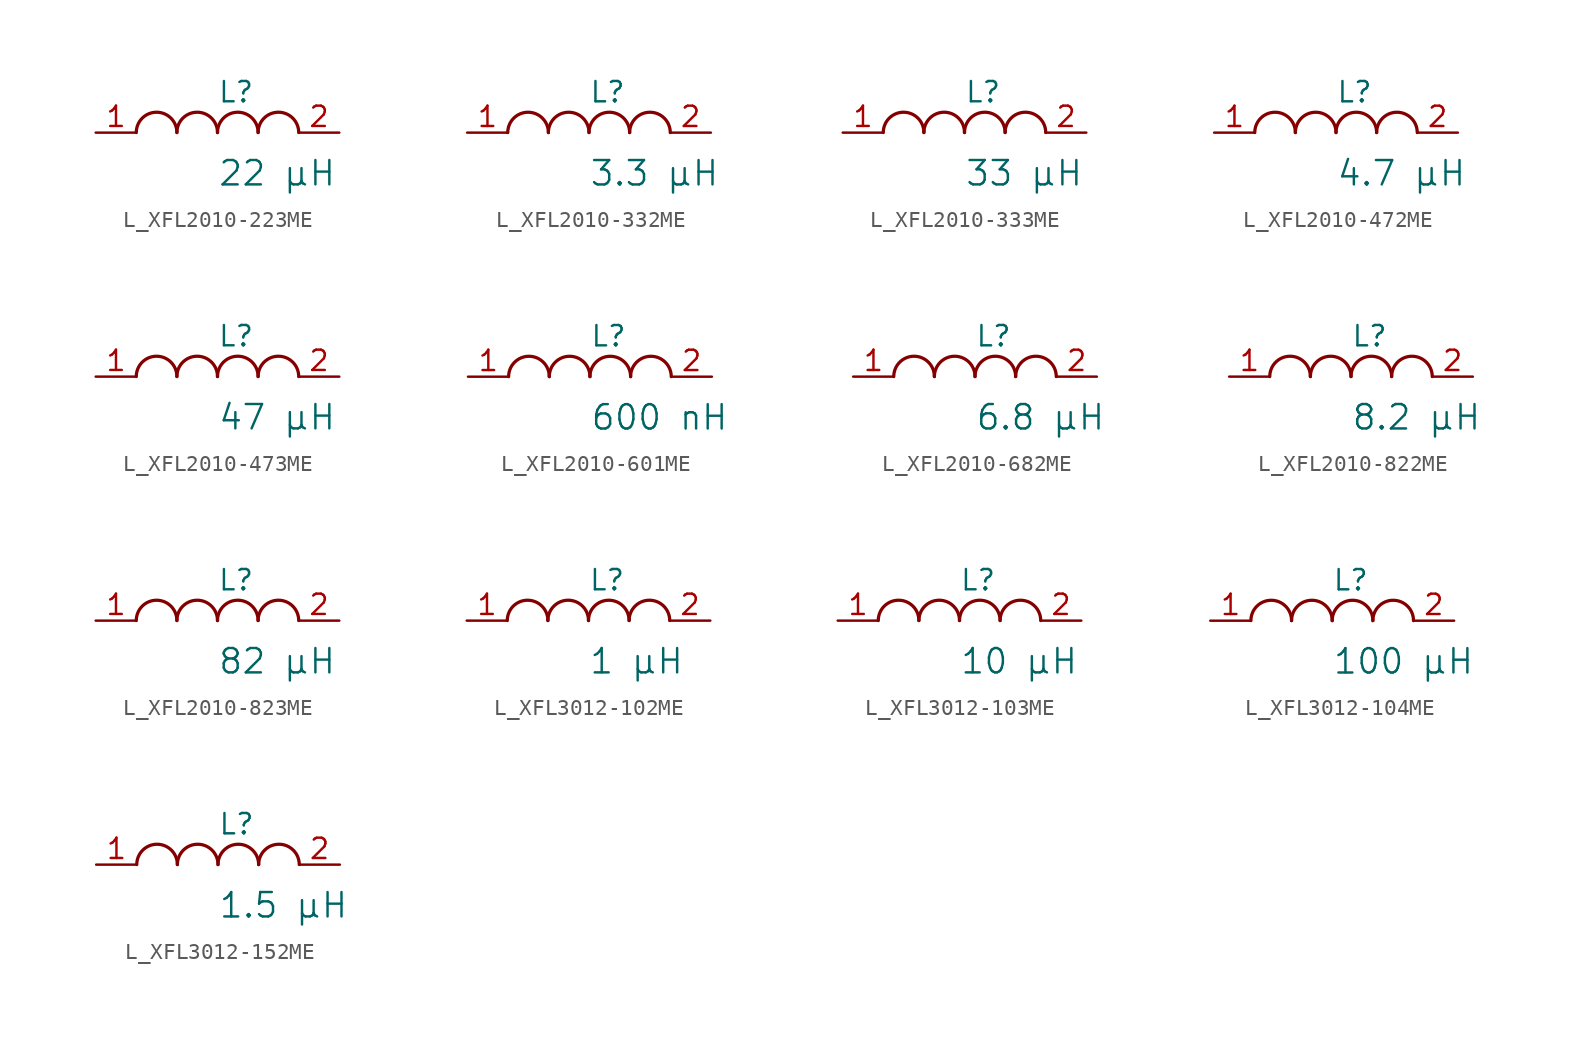
<source format=kicad_sym>
(kicad_symbol_lib
  (version 20231120)
  (generator "kicad_symbol_editor")
  (generator_version "8.0")
  (symbol "L_XFL2010-223ME"
    (pin_names
      (offset 0.254))
    (property "Reference" "L"
      (at 0 2.54 0)
      (effects (font (size 1.27 1.27)) (justify left)))
    (property "Value" "22 µH"
      (at 0 -2.54 0)
      (effects (font (size 1.524 1.524)) (justify left)))
    (symbol "L_XFL2010-223ME_1_1"
      (arc (start -2.54 0.0056) (mid -3.81 1.27) (end -5.08 0.0056) (stroke (width 0.2032) (type default)) (fill (type none)))
      (arc (start 0 0.0056) (mid -1.27 1.27) (end -2.54 0.0056) (stroke (width 0.2032) (type default)) (fill (type none)))
      (arc (start 2.54 0.0056) (mid 1.27 1.27) (end 0 0.0056) (stroke (width 0.2032) (type default)) (fill (type none)))
      (arc (start 5.08 0.0056) (mid 3.81 1.27) (end 2.54 0.0056) (stroke (width 0.2032) (type default)) (fill (type none)))
      (pin unspecified line (at -7.62 0 0) (length 2.54) (name "" (effects (font (size 1.27 1.27)))) (number "1" (effects (font (size 1.27 1.27)))))
      (pin unspecified line (at 7.62 0 180) (length 2.54) (name "" (effects (font (size 1.27 1.27)))) (number "2" (effects (font (size 1.27 1.27)))))))
  (symbol "L_XFL2010-332ME"
    (pin_names
      (offset 0.254))
    (property "Reference" "L"
      (at 0 2.54 0)
      (effects (font (size 1.27 1.27)) (justify left)))
    (property "Value" "3.3 µH"
      (at 0 -2.54 0)
      (effects (font (size 1.524 1.524)) (justify left)))
    (symbol "L_XFL2010-332ME_1_1"
      (arc (start -2.54 0.0056) (mid -3.81 1.27) (end -5.08 0.0056) (stroke (width 0.2032) (type default)) (fill (type none)))
      (arc (start 0 0.0056) (mid -1.27 1.27) (end -2.54 0.0056) (stroke (width 0.2032) (type default)) (fill (type none)))
      (arc (start 2.54 0.0056) (mid 1.27 1.27) (end 0 0.0056) (stroke (width 0.2032) (type default)) (fill (type none)))
      (arc (start 5.08 0.0056) (mid 3.81 1.27) (end 2.54 0.0056) (stroke (width 0.2032) (type default)) (fill (type none)))
      (pin unspecified line (at -7.62 0 0) (length 2.54) (name "" (effects (font (size 1.27 1.27)))) (number "1" (effects (font (size 1.27 1.27)))))
      (pin unspecified line (at 7.62 0 180) (length 2.54) (name "" (effects (font (size 1.27 1.27)))) (number "2" (effects (font (size 1.27 1.27)))))))
  (symbol "L_XFL2010-333ME"
    (pin_names
      (offset 0.254))
    (property "Reference" "L"
      (at 0 2.54 0)
      (effects (font (size 1.27 1.27)) (justify left)))
    (property "Value" "33 µH"
      (at 0 -2.54 0)
      (effects (font (size 1.524 1.524)) (justify left)))
    (symbol "L_XFL2010-333ME_1_1"
      (arc (start -2.54 0.0056) (mid -3.81 1.27) (end -5.08 0.0056) (stroke (width 0.2032) (type default)) (fill (type none)))
      (arc (start 0 0.0056) (mid -1.27 1.27) (end -2.54 0.0056) (stroke (width 0.2032) (type default)) (fill (type none)))
      (arc (start 2.54 0.0056) (mid 1.27 1.27) (end 0 0.0056) (stroke (width 0.2032) (type default)) (fill (type none)))
      (arc (start 5.08 0.0056) (mid 3.81 1.27) (end 2.54 0.0056) (stroke (width 0.2032) (type default)) (fill (type none)))
      (pin unspecified line (at -7.62 0 0) (length 2.54) (name "" (effects (font (size 1.27 1.27)))) (number "1" (effects (font (size 1.27 1.27)))))
      (pin unspecified line (at 7.62 0 180) (length 2.54) (name "" (effects (font (size 1.27 1.27)))) (number "2" (effects (font (size 1.27 1.27)))))))
  (symbol "L_XFL2010-472ME"
    (pin_names
      (offset 0.254))
    (property "Reference" "L"
      (at 0 2.54 0)
      (effects (font (size 1.27 1.27)) (justify left)))
    (property "Value" "4.7 µH"
      (at 0 -2.54 0)
      (effects (font (size 1.524 1.524)) (justify left)))
    (symbol "L_XFL2010-472ME_1_1"
      (arc (start -2.54 0.0056) (mid -3.81 1.27) (end -5.08 0.0056) (stroke (width 0.2032) (type default)) (fill (type none)))
      (arc (start 0 0.0056) (mid -1.27 1.27) (end -2.54 0.0056) (stroke (width 0.2032) (type default)) (fill (type none)))
      (arc (start 2.54 0.0056) (mid 1.27 1.27) (end 0 0.0056) (stroke (width 0.2032) (type default)) (fill (type none)))
      (arc (start 5.08 0.0056) (mid 3.81 1.27) (end 2.54 0.0056) (stroke (width 0.2032) (type default)) (fill (type none)))
      (pin unspecified line (at -7.62 0 0) (length 2.54) (name "" (effects (font (size 1.27 1.27)))) (number "1" (effects (font (size 1.27 1.27)))))
      (pin unspecified line (at 7.62 0 180) (length 2.54) (name "" (effects (font (size 1.27 1.27)))) (number "2" (effects (font (size 1.27 1.27)))))))
  (symbol "L_XFL2010-473ME"
    (pin_names
      (offset 0.254))
    (property "Reference" "L"
      (at 0 2.54 0)
      (effects (font (size 1.27 1.27)) (justify left)))
    (property "Value" "47 µH"
      (at 0 -2.54 0)
      (effects (font (size 1.524 1.524)) (justify left)))
    (symbol "L_XFL2010-473ME_1_1"
      (arc (start -2.54 0.0056) (mid -3.81 1.27) (end -5.08 0.0056) (stroke (width 0.2032) (type default)) (fill (type none)))
      (arc (start 0 0.0056) (mid -1.27 1.27) (end -2.54 0.0056) (stroke (width 0.2032) (type default)) (fill (type none)))
      (arc (start 2.54 0.0056) (mid 1.27 1.27) (end 0 0.0056) (stroke (width 0.2032) (type default)) (fill (type none)))
      (arc (start 5.08 0.0056) (mid 3.81 1.27) (end 2.54 0.0056) (stroke (width 0.2032) (type default)) (fill (type none)))
      (pin unspecified line (at -7.62 0 0) (length 2.54) (name "" (effects (font (size 1.27 1.27)))) (number "1" (effects (font (size 1.27 1.27)))))
      (pin unspecified line (at 7.62 0 180) (length 2.54) (name "" (effects (font (size 1.27 1.27)))) (number "2" (effects (font (size 1.27 1.27)))))))
  (symbol "L_XFL2010-601ME"
    (pin_names
      (offset 0.254))
    (property "Reference" "L"
      (at 0 2.54 0)
      (effects (font (size 1.27 1.27)) (justify left)))
    (property "Value" "600 nH"
      (at 0 -2.54 0)
      (effects (font (size 1.524 1.524)) (justify left)))
    (symbol "L_XFL2010-601ME_1_1"
      (arc (start -2.54 0.0056) (mid -3.81 1.27) (end -5.08 0.0056) (stroke (width 0.2032) (type default)) (fill (type none)))
      (arc (start 0 0.0056) (mid -1.27 1.27) (end -2.54 0.0056) (stroke (width 0.2032) (type default)) (fill (type none)))
      (arc (start 2.54 0.0056) (mid 1.27 1.27) (end 0 0.0056) (stroke (width 0.2032) (type default)) (fill (type none)))
      (arc (start 5.08 0.0056) (mid 3.81 1.27) (end 2.54 0.0056) (stroke (width 0.2032) (type default)) (fill (type none)))
      (pin unspecified line (at -7.62 0 0) (length 2.54) (name "" (effects (font (size 1.27 1.27)))) (number "1" (effects (font (size 1.27 1.27)))))
      (pin unspecified line (at 7.62 0 180) (length 2.54) (name "" (effects (font (size 1.27 1.27)))) (number "2" (effects (font (size 1.27 1.27)))))))
  (symbol "L_XFL2010-682ME"
    (pin_names
      (offset 0.254))
    (property "Reference" "L"
      (at 0 2.54 0)
      (effects (font (size 1.27 1.27)) (justify left)))
    (property "Value" "6.8 µH"
      (at 0 -2.54 0)
      (effects (font (size 1.524 1.524)) (justify left)))
    (symbol "L_XFL2010-682ME_1_1"
      (arc (start -2.54 0.0056) (mid -3.81 1.27) (end -5.08 0.0056) (stroke (width 0.2032) (type default)) (fill (type none)))
      (arc (start 0 0.0056) (mid -1.27 1.27) (end -2.54 0.0056) (stroke (width 0.2032) (type default)) (fill (type none)))
      (arc (start 2.54 0.0056) (mid 1.27 1.27) (end 0 0.0056) (stroke (width 0.2032) (type default)) (fill (type none)))
      (arc (start 5.08 0.0056) (mid 3.81 1.27) (end 2.54 0.0056) (stroke (width 0.2032) (type default)) (fill (type none)))
      (pin unspecified line (at -7.62 0 0) (length 2.54) (name "" (effects (font (size 1.27 1.27)))) (number "1" (effects (font (size 1.27 1.27)))))
      (pin unspecified line (at 7.62 0 180) (length 2.54) (name "" (effects (font (size 1.27 1.27)))) (number "2" (effects (font (size 1.27 1.27)))))))
  (symbol "L_XFL2010-822ME"
    (pin_names
      (offset 0.254))
    (property "Reference" "L"
      (at 0 2.54 0)
      (effects (font (size 1.27 1.27)) (justify left)))
    (property "Value" "8.2 µH"
      (at 0 -2.54 0)
      (effects (font (size 1.524 1.524)) (justify left)))
    (symbol "L_XFL2010-822ME_1_1"
      (arc (start -2.54 0.0056) (mid -3.81 1.27) (end -5.08 0.0056) (stroke (width 0.2032) (type default)) (fill (type none)))
      (arc (start 0 0.0056) (mid -1.27 1.27) (end -2.54 0.0056) (stroke (width 0.2032) (type default)) (fill (type none)))
      (arc (start 2.54 0.0056) (mid 1.27 1.27) (end 0 0.0056) (stroke (width 0.2032) (type default)) (fill (type none)))
      (arc (start 5.08 0.0056) (mid 3.81 1.27) (end 2.54 0.0056) (stroke (width 0.2032) (type default)) (fill (type none)))
      (pin unspecified line (at -7.62 0 0) (length 2.54) (name "" (effects (font (size 1.27 1.27)))) (number "1" (effects (font (size 1.27 1.27)))))
      (pin unspecified line (at 7.62 0 180) (length 2.54) (name "" (effects (font (size 1.27 1.27)))) (number "2" (effects (font (size 1.27 1.27)))))))
  (symbol "L_XFL2010-823ME"
    (pin_names
      (offset 0.254))
    (property "Reference" "L"
      (at 0 2.54 0)
      (effects (font (size 1.27 1.27)) (justify left)))
    (property "Value" "82 µH"
      (at 0 -2.54 0)
      (effects (font (size 1.524 1.524)) (justify left)))
    (symbol "L_XFL2010-823ME_1_1"
      (arc (start -2.54 0.0056) (mid -3.81 1.27) (end -5.08 0.0056) (stroke (width 0.2032) (type default)) (fill (type none)))
      (arc (start 0 0.0056) (mid -1.27 1.27) (end -2.54 0.0056) (stroke (width 0.2032) (type default)) (fill (type none)))
      (arc (start 2.54 0.0056) (mid 1.27 1.27) (end 0 0.0056) (stroke (width 0.2032) (type default)) (fill (type none)))
      (arc (start 5.08 0.0056) (mid 3.81 1.27) (end 2.54 0.0056) (stroke (width 0.2032) (type default)) (fill (type none)))
      (pin unspecified line (at -7.62 0 0) (length 2.54) (name "" (effects (font (size 1.27 1.27)))) (number "1" (effects (font (size 1.27 1.27)))))
      (pin unspecified line (at 7.62 0 180) (length 2.54) (name "" (effects (font (size 1.27 1.27)))) (number "2" (effects (font (size 1.27 1.27)))))))
  (symbol "L_XFL3012-102ME"
    (pin_names
      (offset 0.254))
    (property "Reference" "L"
      (at 0 2.54 0)
      (effects (font (size 1.27 1.27)) (justify left)))
    (property "Value" "1 µH"
      (at 0 -2.54 0)
      (effects (font (size 1.524 1.524)) (justify left)))
    (symbol "L_XFL3012-102ME_1_1"
      (arc (start -2.54 0.0056) (mid -3.81 1.27) (end -5.08 0.0056) (stroke (width 0.2032) (type default)) (fill (type none)))
      (arc (start 0 0.0056) (mid -1.27 1.27) (end -2.54 0.0056) (stroke (width 0.2032) (type default)) (fill (type none)))
      (arc (start 2.54 0.0056) (mid 1.27 1.27) (end 0 0.0056) (stroke (width 0.2032) (type default)) (fill (type none)))
      (arc (start 5.08 0.0056) (mid 3.81 1.27) (end 2.54 0.0056) (stroke (width 0.2032) (type default)) (fill (type none)))
      (pin unspecified line (at -7.62 0 0) (length 2.54) (name "" (effects (font (size 1.27 1.27)))) (number "1" (effects (font (size 1.27 1.27)))))
      (pin unspecified line (at 7.62 0 180) (length 2.54) (name "" (effects (font (size 1.27 1.27)))) (number "2" (effects (font (size 1.27 1.27)))))))
  (symbol "L_XFL3012-103ME"
    (pin_names
      (offset 0.254))
    (property "Reference" "L"
      (at 0 2.54 0)
      (effects (font (size 1.27 1.27)) (justify left)))
    (property "Value" "10 µH"
      (at 0 -2.54 0)
      (effects (font (size 1.524 1.524)) (justify left)))
    (symbol "L_XFL3012-103ME_1_1"
      (arc (start -2.54 0.0056) (mid -3.81 1.27) (end -5.08 0.0056) (stroke (width 0.2032) (type default)) (fill (type none)))
      (arc (start 0 0.0056) (mid -1.27 1.27) (end -2.54 0.0056) (stroke (width 0.2032) (type default)) (fill (type none)))
      (arc (start 2.54 0.0056) (mid 1.27 1.27) (end 0 0.0056) (stroke (width 0.2032) (type default)) (fill (type none)))
      (arc (start 5.08 0.0056) (mid 3.81 1.27) (end 2.54 0.0056) (stroke (width 0.2032) (type default)) (fill (type none)))
      (pin unspecified line (at -7.62 0 0) (length 2.54) (name "" (effects (font (size 1.27 1.27)))) (number "1" (effects (font (size 1.27 1.27)))))
      (pin unspecified line (at 7.62 0 180) (length 2.54) (name "" (effects (font (size 1.27 1.27)))) (number "2" (effects (font (size 1.27 1.27)))))))
  (symbol "L_XFL3012-104ME"
    (pin_names
      (offset 0.254))
    (property "Reference" "L"
      (at 0 2.54 0)
      (effects (font (size 1.27 1.27)) (justify left)))
    (property "Value" "100 µH"
      (at 0 -2.54 0)
      (effects (font (size 1.524 1.524)) (justify left)))
    (symbol "L_XFL3012-104ME_1_1"
      (arc (start -2.54 0.0056) (mid -3.81 1.27) (end -5.08 0.0056) (stroke (width 0.2032) (type default)) (fill (type none)))
      (arc (start 0 0.0056) (mid -1.27 1.27) (end -2.54 0.0056) (stroke (width 0.2032) (type default)) (fill (type none)))
      (arc (start 2.54 0.0056) (mid 1.27 1.27) (end 0 0.0056) (stroke (width 0.2032) (type default)) (fill (type none)))
      (arc (start 5.08 0.0056) (mid 3.81 1.27) (end 2.54 0.0056) (stroke (width 0.2032) (type default)) (fill (type none)))
      (pin unspecified line (at -7.62 0 0) (length 2.54) (name "" (effects (font (size 1.27 1.27)))) (number "1" (effects (font (size 1.27 1.27)))))
      (pin unspecified line (at 7.62 0 180) (length 2.54) (name "" (effects (font (size 1.27 1.27)))) (number "2" (effects (font (size 1.27 1.27)))))))
  (symbol "L_XFL3012-152ME"
    (pin_names
      (offset 0.254))
    (property "Reference" "L"
      (at 0 2.54 0)
      (effects (font (size 1.27 1.27)) (justify left)))
    (property "Value" "1.5 µH"
      (at 0 -2.54 0)
      (effects (font (size 1.524 1.524)) (justify left)))
    (symbol "L_XFL3012-152ME_1_1"
      (arc (start -2.54 0.0056) (mid -3.81 1.27) (end -5.08 0.0056) (stroke (width 0.2032) (type default)) (fill (type none)))
      (arc (start 0 0.0056) (mid -1.27 1.27) (end -2.54 0.0056) (stroke (width 0.2032) (type default)) (fill (type none)))
      (arc (start 2.54 0.0056) (mid 1.27 1.27) (end 0 0.0056) (stroke (width 0.2032) (type default)) (fill (type none)))
      (arc (start 5.08 0.0056) (mid 3.81 1.27) (end 2.54 0.0056) (stroke (width 0.2032) (type default)) (fill (type none)))
      (pin unspecified line (at -7.62 0 0) (length 2.54) (name "" (effects (font (size 1.27 1.27)))) (number "1" (effects (font (size 1.27 1.27)))))
      (pin unspecified line (at 7.62 0 180) (length 2.54) (name "" (effects (font (size 1.27 1.27)))) (number "2" (effects (font (size 1.27 1.27))))))))
</source>
